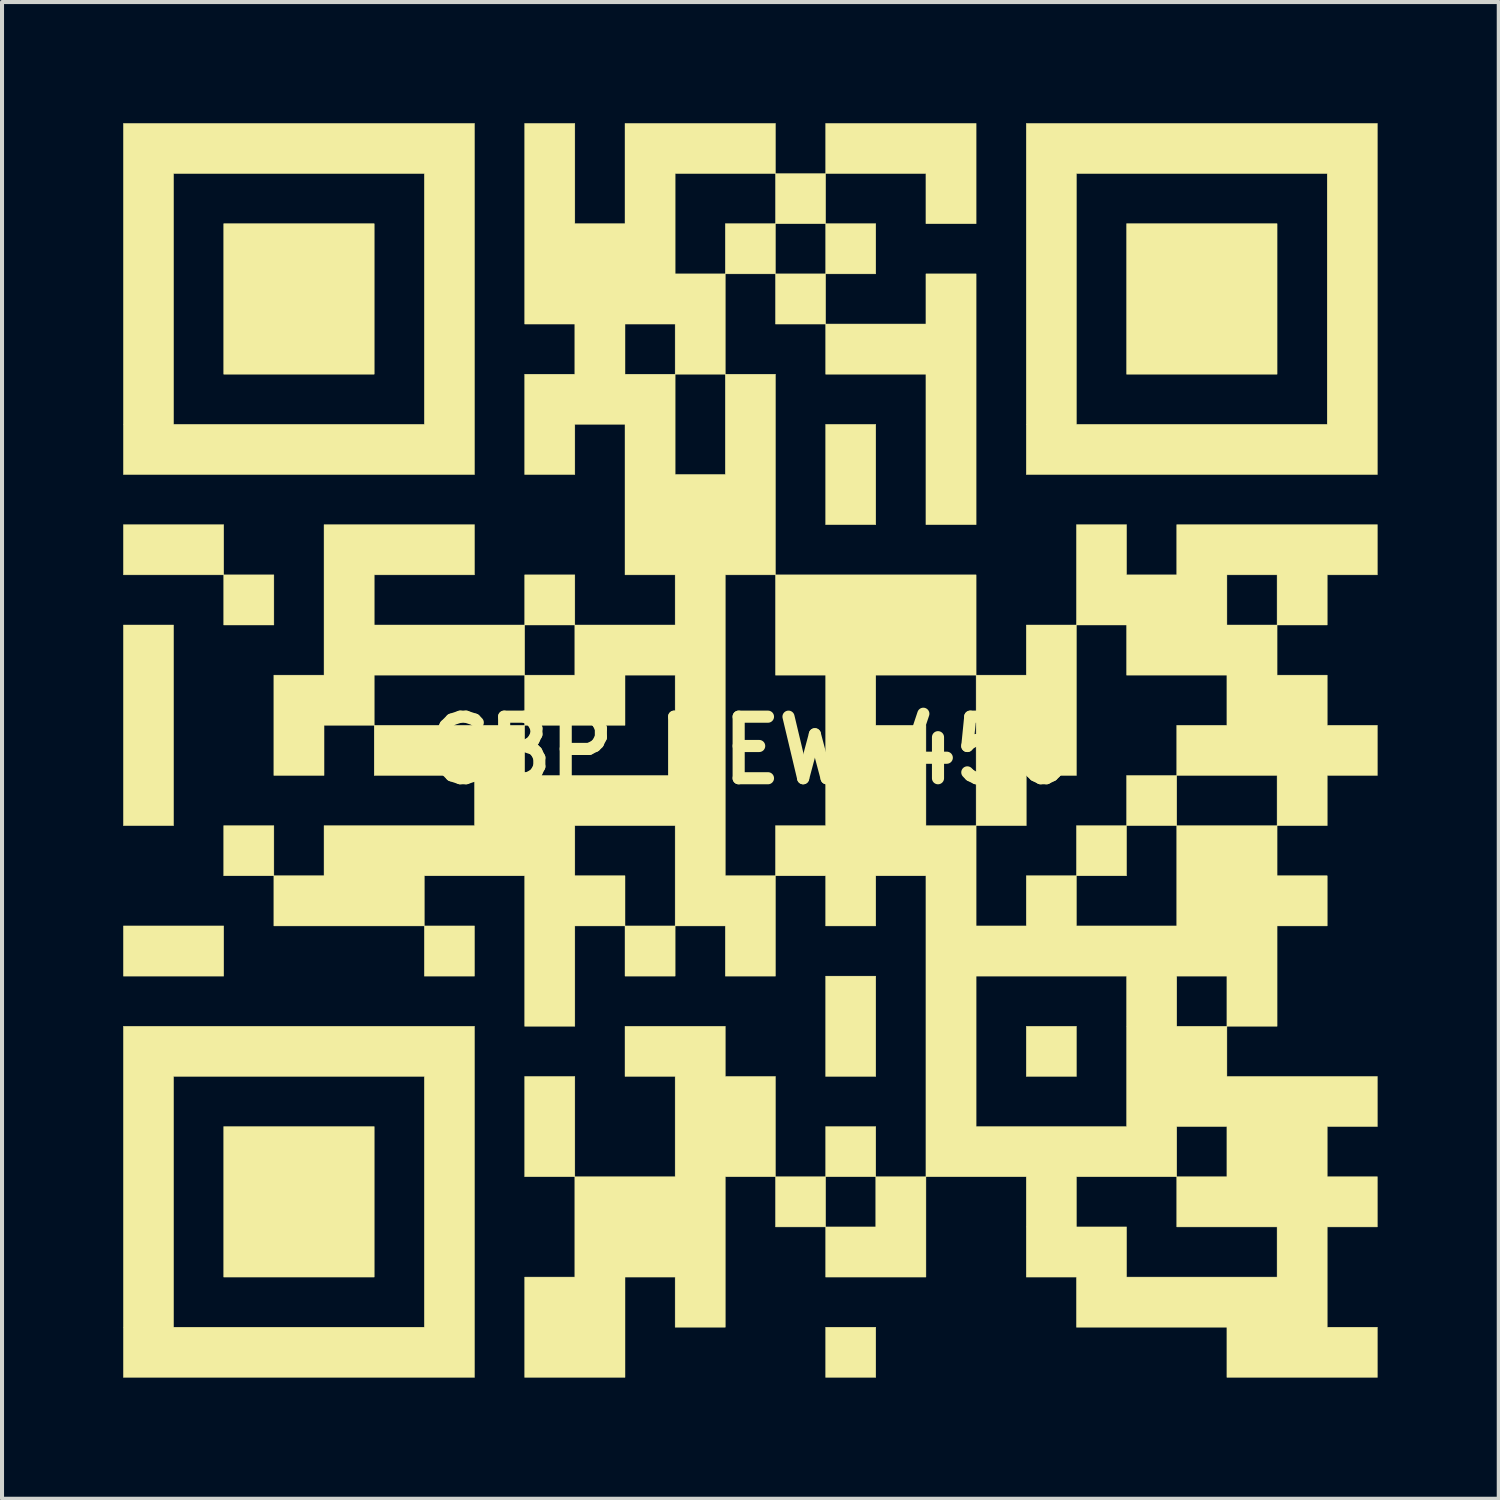
<source format=kicad_pcb>
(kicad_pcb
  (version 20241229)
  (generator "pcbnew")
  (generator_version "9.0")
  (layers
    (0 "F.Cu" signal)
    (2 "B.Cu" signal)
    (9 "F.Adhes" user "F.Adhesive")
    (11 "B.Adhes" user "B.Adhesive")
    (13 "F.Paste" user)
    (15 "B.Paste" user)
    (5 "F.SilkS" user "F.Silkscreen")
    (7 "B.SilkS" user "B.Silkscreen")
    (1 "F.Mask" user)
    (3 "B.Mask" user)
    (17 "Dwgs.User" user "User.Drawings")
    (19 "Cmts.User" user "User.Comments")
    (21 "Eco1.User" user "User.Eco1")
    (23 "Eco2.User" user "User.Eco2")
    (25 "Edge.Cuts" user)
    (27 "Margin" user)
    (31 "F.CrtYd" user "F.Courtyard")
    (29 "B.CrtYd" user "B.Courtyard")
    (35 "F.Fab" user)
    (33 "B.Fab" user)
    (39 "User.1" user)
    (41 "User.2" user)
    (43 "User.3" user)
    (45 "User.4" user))
  (footprint "CBP_NEW_450"
    (layer "F.Cu")
    (at 15.527 15.527)
    (property "Reference" "CBP_NEW_450" (at 0 0 0) (layer "F.SilkS") (effects (font (size 1.524 1.524) (thickness 0.3))))
    (attr through_hole)
    (fp_poly (pts (xy -14.28 1.863) (xy -15.522 1.863) (xy -15.522 -3.104) (xy -14.28 -3.104) (xy -14.28 1.863)) (stroke (width 0.01) (type solid)) (fill yes) (layer "F.SilkS"))
    (fp_poly (pts (xy -13.039 -4.346) (xy -15.522 -4.346) (xy -15.522 -5.588) (xy -13.039 -5.588) (xy -13.039 -4.346)) (stroke (width 0.01) (type solid)) (fill yes) (layer "F.SilkS"))
    (fp_poly (pts (xy -13.039 5.588) (xy -15.522 5.588) (xy -15.522 4.346) (xy -13.039 4.346) (xy -13.039 5.588)) (stroke (width 0.01) (type solid)) (fill yes) (layer "F.SilkS"))
    (fp_poly (pts (xy -11.797 -3.104) (xy -13.039 -3.104) (xy -13.039 -4.346) (xy -11.797 -4.346) (xy -11.797 -3.104)) (stroke (width 0.01) (type solid)) (fill yes) (layer "F.SilkS"))
    (fp_poly (pts (xy -11.797 3.104) (xy -13.039 3.104) (xy -13.039 1.863) (xy -11.797 1.863) (xy -11.797 3.104)) (stroke (width 0.01) (type solid)) (fill yes) (layer "F.SilkS"))
    (fp_poly (pts (xy -9.313 -9.313) (xy -13.039 -9.313) (xy -13.039 -13.039) (xy -9.313 -13.039) (xy -9.313 -9.313)) (stroke (width 0.01) (type solid)) (fill yes) (layer "F.SilkS"))
    (fp_poly (pts (xy -9.313 13.039) (xy -13.039 13.039) (xy -13.039 9.313) (xy -9.313 9.313) (xy -9.313 13.039)) (stroke (width 0.01) (type solid)) (fill yes) (layer "F.SilkS"))
    (fp_poly (pts (xy -6.83 5.588) (xy -8.072 5.588) (xy -8.072 4.346) (xy -6.83 4.346) (xy -6.83 5.588)) (stroke (width 0.01) (type solid)) (fill yes) (layer "F.SilkS"))
    (fp_poly (pts (xy -4.346 10.555) (xy -5.588 10.555) (xy -5.588 8.072) (xy -4.346 8.072) (xy -4.346 10.555)) (stroke (width 0.01) (type solid)) (fill yes) (layer "F.SilkS"))
    (fp_poly (pts (xy 1.863 -10.555) (xy 0.621 -10.555) (xy 0.621 -11.797) (xy 1.863 -11.797) (xy 1.863 -10.555)) (stroke (width 0.01) (type solid)) (fill yes) (layer "F.SilkS"))
    (fp_poly (pts (xy 3.104 -11.797) (xy 1.863 -11.797) (xy 1.863 -13.039) (xy 3.104 -13.039) (xy 3.104 -11.797)) (stroke (width 0.01) (type solid)) (fill yes) (layer "F.SilkS"))
    (fp_poly (pts (xy 3.104 -5.588) (xy 1.863 -5.588) (xy 1.863 -8.072) (xy 3.104 -8.072) (xy 3.104 -5.588)) (stroke (width 0.01) (type solid)) (fill yes) (layer "F.SilkS"))
    (fp_poly (pts (xy 3.104 8.072) (xy 1.863 8.072) (xy 1.863 5.588) (xy 3.104 5.588) (xy 3.104 8.072)) (stroke (width 0.01) (type solid)) (fill yes) (layer "F.SilkS"))
    (fp_poly (pts (xy 3.104 15.522) (xy 1.863 15.522) (xy 1.863 14.28) (xy 3.104 14.28) (xy 3.104 15.522)) (stroke (width 0.01) (type solid)) (fill yes) (layer "F.SilkS"))
    (fp_poly (pts (xy 8.072 8.072) (xy 6.83 8.072) (xy 6.83 6.83) (xy 8.072 6.83) (xy 8.072 8.072)) (stroke (width 0.01) (type solid)) (fill yes) (layer "F.SilkS"))
    (fp_poly (pts (xy 9.313 3.104) (xy 8.072 3.104) (xy 8.072 1.863) (xy 9.313 1.863) (xy 9.313 3.104)) (stroke (width 0.01) (type solid)) (fill yes) (layer "F.SilkS"))
    (fp_poly (pts (xy 10.555 1.863) (xy 9.313 1.863) (xy 9.313 0.621) (xy 10.555 0.621) (xy 10.555 1.863)) (stroke (width 0.01) (type solid)) (fill yes) (layer "F.SilkS"))
    (fp_poly (pts (xy 13.039 -9.313) (xy 9.313 -9.313) (xy 9.313 -13.039) (xy 13.039 -13.039) (xy 13.039 -9.313)) (stroke (width 0.01) (type solid)) (fill yes) (layer "F.SilkS"))
    (fp_poly (pts (xy 5.588 -13.039) (xy 4.346 -13.039) (xy 4.346 -14.28) (xy 1.863 -14.28) (xy 1.863 -15.522) (xy 5.588 -15.522) (xy 5.588 -13.039)) (stroke (width 0.01) (type solid)) (fill yes) (layer "F.SilkS"))
    (fp_poly (pts (xy 5.588 -5.588) (xy 4.346 -5.588) (xy 4.346 -9.313) (xy 1.863 -9.313) (xy 1.863 -10.555) (xy 4.346 -10.555) (xy 4.346 -11.797) (xy 5.588 -11.797) (xy 5.588 -5.588)) (stroke (width 0.01) (type solid)) (fill yes) (layer "F.SilkS"))
    (fp_poly (pts (xy -6.83 -6.83) (xy -15.522 -6.83) (xy -15.522 -14.28) (xy -14.28 -14.28) (xy -14.28 -8.072) (xy -8.072 -8.072) (xy -8.072 -14.28) (xy -14.28 -14.28) (xy -15.522 -14.28) (xy -15.522 -15.522) (xy -6.83 -15.522) (xy -6.83 -6.83)) (stroke (width 0.01) (type solid)) (fill yes) (layer "F.SilkS"))
    (fp_poly (pts (xy -6.83 15.522) (xy -15.522 15.522) (xy -15.522 8.072) (xy -14.28 8.072) (xy -14.28 14.28) (xy -8.072 14.28) (xy -8.072 8.072) (xy -14.28 8.072) (xy -15.522 8.072) (xy -15.522 6.83) (xy -6.83 6.83) (xy -6.83 15.522)) (stroke (width 0.01) (type solid)) (fill yes) (layer "F.SilkS"))
    (fp_poly (pts (xy 15.522 -6.83) (xy 6.83 -6.83) (xy 6.83 -14.28) (xy 8.072 -14.28) (xy 8.072 -8.072) (xy 14.28 -8.072) (xy 14.28 -14.28) (xy 8.072 -14.28) (xy 6.83 -14.28) (xy 6.83 -15.522) (xy 15.522 -15.522) (xy 15.522 -6.83)) (stroke (width 0.01) (type solid)) (fill yes) (layer "F.SilkS"))
    (fp_poly (pts (xy 4.346 10.555) (xy 4.346 13.039) (xy 1.863 13.039) (xy 1.863 11.797) (xy 0.621 11.797) (xy 0.621 10.555) (xy 1.863 10.555) (xy 1.863 11.797) (xy 3.104 11.797) (xy 3.104 10.555) (xy 1.863 10.555) (xy 1.863 9.313) (xy 3.104 9.313) (xy 3.104 10.555) (xy 4.346 10.555)) (stroke (width 0.01) (type solid)) (fill yes) (layer "F.SilkS"))
    (fp_poly (pts (xy -0.621 8.072) (xy 0.621 8.072) (xy 0.621 10.555) (xy -0.621 10.555) (xy -0.621 14.28) (xy -1.863 14.28) (xy -1.863 13.039) (xy -3.104 13.039) (xy -3.104 15.522) (xy -5.588 15.522) (xy -5.588 13.039) (xy -4.346 13.039) (xy -4.346 10.555) (xy -1.863 10.555) (xy -1.863 8.072) (xy -3.104 8.072) (xy -3.104 6.83) (xy -0.621 6.83) (xy -0.621 8.072)) (stroke (width 0.01) (type solid)) (fill yes) (layer "F.SilkS"))
    (fp_poly (pts (xy 0.621 -9.313) (xy 0.621 -4.346) (xy -0.621 -4.346) (xy -0.621 3.104) (xy 0.621 3.104) (xy 0.621 5.588) (xy -0.621 5.588) (xy -0.621 4.346) (xy -1.863 4.346) (xy -1.863 5.588) (xy -3.104 5.588) (xy -3.104 4.346) (xy -4.346 4.346) (xy -4.346 6.83) (xy -5.588 6.83) (xy -5.588 3.104) (xy -8.072 3.104) (xy -8.072 4.346) (xy -11.797 4.346) (xy -11.797 3.104) (xy -10.555 3.104) (xy -10.555 1.863) (xy -6.83 1.863) (xy -4.346 1.863) (xy -4.346 3.104) (xy -3.104 3.104) (xy -3.104 4.346) (xy -1.863 4.346) (xy -1.863 1.863) (xy -4.346 1.863) (xy -6.83 1.863) (xy -6.83 0.621) (xy -9.313 0.621) (xy -9.313 -0.621) (xy -10.555 -0.621) (xy -10.555 0.621) (xy -11.797 0.621) (xy -11.797 -1.863) (xy -10.555 -1.863) (xy -9.313 -1.863) (xy -9.313 -0.621) (xy -5.588 -0.621) (xy -5.588 0.621) (xy -1.863 0.621) (xy -1.863 -1.863) (xy -3.104 -1.863) (xy -3.104 -0.621) (xy -5.588 -0.621) (xy -5.588 -1.863) (xy -9.313 -1.863) (xy -10.555 -1.863) (xy -10.555 -5.588) (xy -6.83 -5.588) (xy -6.83 -4.346) (xy -9.313 -4.346) (xy -9.313 -3.104) (xy -5.588 -3.104) (xy -5.588 -1.863) (xy -4.346 -1.863) (xy -4.346 -3.104) (xy -5.588 -3.104) (xy -5.588 -4.346) (xy -4.346 -4.346) (xy -4.346 -3.104) (xy -1.863 -3.104) (xy -1.863 -4.346) (xy -3.104 -4.346) (xy -3.104 -8.072) (xy -4.346 -8.072) (xy -4.346 -6.83) (xy -5.588 -6.83) (xy -5.588 -9.313) (xy -4.346 -9.313) (xy -4.346 -10.555) (xy -3.104 -10.555) (xy -3.104 -9.313) (xy -1.863 -9.313) (xy -1.863 -6.83) (xy -0.621 -6.83) (xy -0.621 -9.313) (xy -1.863 -9.313) (xy -1.863 -10.555) (xy -3.104 -10.555) (xy -4.346 -10.555) (xy -5.588 -10.555) (xy -5.588 -15.522) (xy -4.346 -15.522) (xy -4.346 -13.039) (xy -3.104 -13.039) (xy -3.104 -14.28) (xy -1.863 -14.28) (xy -1.863 -11.797) (xy -0.621 -11.797) (xy -0.621 -13.039) (xy 0.621 -13.039) (xy 0.621 -14.28) (xy -1.863 -14.28) (xy -3.104 -14.28) (xy -3.104 -15.522) (xy 0.621 -15.522) (xy 0.621 -14.28) (xy 1.863 -14.28) (xy 1.863 -13.039) (xy 0.621 -13.039) (xy 0.621 -11.797) (xy -0.621 -11.797) (xy -0.621 -9.313) (xy 0.621 -9.313)) (stroke (width 0.01) (type solid)) (fill yes) (layer "F.SilkS"))
    (fp_poly (pts (xy 9.313 -4.346) (xy 10.555 -4.346) (xy 11.797 -4.346) (xy 11.797 -3.104) (xy 13.039 -3.104) (xy 13.039 -4.346) (xy 11.797 -4.346) (xy 10.555 -4.346) (xy 10.555 -5.588) (xy 15.522 -5.588) (xy 15.522 -4.346) (xy 14.28 -4.346) (xy 14.28 -3.104) (xy 13.039 -3.104) (xy 13.039 -1.863) (xy 14.28 -1.863) (xy 14.28 -0.621) (xy 15.522 -0.621) (xy 15.522 0.621) (xy 14.28 0.621) (xy 14.28 1.863) (xy 13.039 1.863) (xy 13.039 3.104) (xy 14.28 3.104) (xy 14.28 4.346) (xy 13.039 4.346) (xy 13.039 6.83) (xy 11.797 6.83) (xy 11.797 8.072) (xy 15.522 8.072) (xy 15.522 9.313) (xy 14.28 9.313) (xy 14.28 10.555) (xy 15.522 10.555) (xy 15.522 11.797) (xy 14.28 11.797) (xy 14.28 14.28) (xy 15.522 14.28) (xy 15.522 15.522) (xy 11.797 15.522) (xy 11.797 14.28) (xy 8.072 14.28) (xy 8.072 13.039) (xy 6.83 13.039) (xy 6.83 10.555) (xy 8.072 10.555) (xy 8.072 11.797) (xy 9.313 11.797) (xy 9.313 13.039) (xy 13.039 13.039) (xy 13.039 11.797) (xy 10.555 11.797) (xy 10.555 10.555) (xy 8.072 10.555) (xy 6.83 10.555) (xy 4.346 10.555) (xy 4.346 5.588) (xy 5.588 5.588) (xy 5.588 9.313) (xy 9.313 9.313) (xy 10.555 9.313) (xy 10.555 10.555) (xy 11.797 10.555) (xy 11.797 9.313) (xy 10.555 9.313) (xy 9.313 9.313) (xy 9.313 5.588) (xy 10.555 5.588) (xy 10.555 6.83) (xy 11.797 6.83) (xy 11.797 5.588) (xy 10.555 5.588) (xy 9.313 5.588) (xy 5.588 5.588) (xy 4.346 5.588) (xy 4.346 3.104) (xy 3.104 3.104) (xy 3.104 4.346) (xy 1.863 4.346) (xy 1.863 3.104) (xy 0.621 3.104) (xy 0.621 1.863) (xy 1.863 1.863) (xy 1.863 -1.863) (xy 3.104 -1.863) (xy 3.104 -0.621) (xy 4.346 -0.621) (xy 4.346 1.863) (xy 5.588 1.863) (xy 5.588 4.346) (xy 6.83 4.346) (xy 6.83 3.104) (xy 8.072 3.104) (xy 8.072 4.346) (xy 10.555 4.346) (xy 10.555 1.863) (xy 13.039 1.863) (xy 13.039 0.621) (xy 10.555 0.621) (xy 10.555 -0.621) (xy 11.797 -0.621) (xy 11.797 -1.863) (xy 9.313 -1.863) (xy 9.313 -3.104) (xy 8.072 -3.104) (xy 8.072 0.621) (xy 6.83 0.621) (xy 6.83 1.863) (xy 5.588 1.863) (xy 5.588 -1.863) (xy 3.104 -1.863) (xy 1.863 -1.863) (xy 0.621 -1.863) (xy 0.621 -4.346) (xy 5.588 -4.346) (xy 5.588 -1.863) (xy 6.83 -1.863) (xy 6.83 -3.104) (xy 8.072 -3.104) (xy 8.072 -5.588) (xy 9.313 -5.588) (xy 9.313 -4.346)) (stroke (width 0.01) (type solid)) (fill yes) (layer "F.SilkS")))
  (gr_rect
    (start -3 -3)
    (end 34.054 34.054)
    (stroke (width 0.1) (type default))
    (fill no)
    (layer "Edge.Cuts")))
</source>
